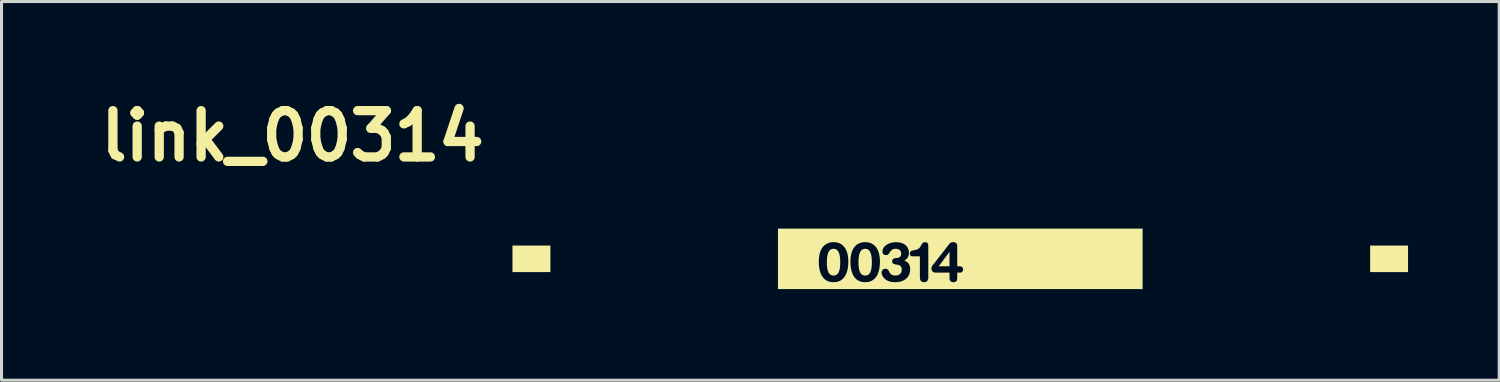
<source format=kicad_pcb>
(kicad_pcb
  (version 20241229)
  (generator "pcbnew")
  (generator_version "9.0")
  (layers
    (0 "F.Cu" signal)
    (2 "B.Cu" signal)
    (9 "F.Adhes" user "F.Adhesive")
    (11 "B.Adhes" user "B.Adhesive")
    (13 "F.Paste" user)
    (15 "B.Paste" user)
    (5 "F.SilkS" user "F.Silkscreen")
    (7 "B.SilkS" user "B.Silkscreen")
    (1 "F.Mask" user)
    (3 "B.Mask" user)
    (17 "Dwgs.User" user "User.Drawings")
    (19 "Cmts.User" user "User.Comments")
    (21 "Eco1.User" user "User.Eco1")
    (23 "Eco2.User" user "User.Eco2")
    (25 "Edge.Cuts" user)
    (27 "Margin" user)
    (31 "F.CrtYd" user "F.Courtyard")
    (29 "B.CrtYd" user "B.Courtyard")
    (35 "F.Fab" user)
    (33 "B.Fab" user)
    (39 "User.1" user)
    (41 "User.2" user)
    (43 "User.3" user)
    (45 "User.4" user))
  (footprint "link_00314"
    (layer "F.Cu")
    (at 6.582 3.324)
    (property "Reference" "link_00314" (at 0 -1.897 0) (layer "F.SilkS") (effects (font (size 1.524 1.524) (thickness 0.305))))
    (attr exclude_from_pos_files exclude_from_bom)
    (fp_poly (pts (xy 7.862 2.146) (xy 15.977 2.146) (xy 7.862 2.146)) (stroke (width 0.291) (type solid)) (fill yes) (layer "F.SilkS"))
    (fp_poly (pts (xy 27.981 2.146) (xy 36.095 2.146) (xy 27.981 2.146)) (stroke (width 0.291) (type solid)) (fill yes) (layer "F.SilkS"))
    (fp_poly (pts (xy 7.238 1.709) (xy 7.238 2.583) (xy 8.486 2.583) (xy 8.486 1.709) (xy 7.238 1.709)) (stroke (width 0) (type solid)) (fill yes) (layer "F.SilkS"))
    (fp_poly (pts (xy 21.621 1.921) (xy 21.269 2.392) (xy 21.624 2.392) (xy 21.624 1.921) (xy 21.621 1.921)) (stroke (width 0) (type solid)) (fill yes) (layer "F.SilkS"))
    (fp_poly (pts (xy 35.471 1.709) (xy 35.471 2.583) (xy 36.719 2.583) (xy 36.719 1.709) (xy 35.471 1.709)) (stroke (width 0) (type solid)) (fill yes) (layer "F.SilkS"))
    (fp_poly (pts (xy 17.807 1.816) (xy 17.785 1.817) (xy 17.764 1.82) (xy 17.744 1.826) (xy 17.726 1.834) (xy 17.709 1.843) (xy 17.693 1.855) (xy 17.679 1.869) (xy 17.665 1.885) (xy 17.653 1.903) (xy 17.642 1.923) (xy 17.632 1.945) (xy 17.623 1.968) (xy 17.615 1.993) (xy 17.608 2.021) (xy 17.603 2.049) (xy 17.598 2.08) (xy 17.594 2.112) (xy 17.591 2.146) (xy 17.589 2.181) (xy 17.587 2.218) (xy 17.587 2.256) (xy 17.588 2.301) (xy 17.589 2.343) (xy 17.592 2.383) (xy 17.596 2.42) (xy 17.6 2.454) (xy 17.606 2.486) (xy 17.613 2.515) (xy 17.621 2.542) (xy 17.629 2.566) (xy 17.639 2.588) (xy 17.65 2.608) (xy 17.662 2.626) (xy 17.674 2.641) (xy 17.688 2.655) (xy 17.702 2.666) (xy 17.717 2.676) (xy 17.734 2.683) (xy 17.751 2.689) (xy 17.769 2.693) (xy 17.787 2.696) (xy 17.807 2.697) (xy 17.827 2.696) (xy 17.845 2.693) (xy 17.863 2.689) (xy 17.88 2.683) (xy 17.897 2.676) (xy 17.912 2.666) (xy 17.926 2.655) (xy 17.94 2.641) (xy 17.953 2.626) (xy 17.964 2.608) (xy 17.975 2.588) (xy 17.985 2.566) (xy 17.993 2.542) (xy 18.001 2.515) (xy 18.008 2.486) (xy 18.014 2.454) (xy 18.019 2.42) (xy 18.022 2.383) (xy 18.025 2.343) (xy 18.027 2.301) (xy 18.027 2.256) (xy 18.027 2.218) (xy 18.025 2.181) (xy 18.023 2.146) (xy 18.02 2.112) (xy 18.016 2.08) (xy 18.012 2.049) (xy 18.006 2.021) (xy 17.999 1.993) (xy 17.991 1.968) (xy 17.982 1.945) (xy 17.972 1.923) (xy 17.961 1.903) (xy 17.949 1.885) (xy 17.935 1.869) (xy 17.921 1.855) (xy 17.905 1.843) (xy 17.888 1.834) (xy 17.87 1.826) (xy 17.85 1.82) (xy 17.829 1.817) (xy 17.807 1.816)) (stroke (width 0) (type solid)) (fill yes) (layer "F.SilkS"))
    (fp_poly (pts (xy 18.848 1.816) (xy 18.826 1.817) (xy 18.805 1.82) (xy 18.785 1.826) (xy 18.767 1.834) (xy 18.75 1.843) (xy 18.734 1.855) (xy 18.72 1.869) (xy 18.706 1.885) (xy 18.694 1.903) (xy 18.683 1.923) (xy 18.673 1.945) (xy 18.664 1.968) (xy 18.656 1.993) (xy 18.649 2.021) (xy 18.644 2.049) (xy 18.639 2.08) (xy 18.635 2.112) (xy 18.632 2.146) (xy 18.63 2.181) (xy 18.628 2.218) (xy 18.628 2.256) (xy 18.628 2.301) (xy 18.63 2.343) (xy 18.633 2.383) (xy 18.636 2.42) (xy 18.641 2.454) (xy 18.647 2.486) (xy 18.654 2.515) (xy 18.662 2.542) (xy 18.67 2.566) (xy 18.68 2.588) (xy 18.691 2.608) (xy 18.703 2.626) (xy 18.715 2.641) (xy 18.729 2.655) (xy 18.743 2.666) (xy 18.758 2.676) (xy 18.775 2.683) (xy 18.792 2.689) (xy 18.81 2.693) (xy 18.828 2.696) (xy 18.848 2.697) (xy 18.868 2.696) (xy 18.886 2.693) (xy 18.904 2.689) (xy 18.921 2.683) (xy 18.938 2.676) (xy 18.953 2.666) (xy 18.967 2.655) (xy 18.981 2.641) (xy 18.993 2.626) (xy 19.005 2.608) (xy 19.016 2.588) (xy 19.026 2.566) (xy 19.034 2.542) (xy 19.042 2.515) (xy 19.049 2.486) (xy 19.055 2.454) (xy 19.06 2.42) (xy 19.063 2.383) (xy 19.066 2.343) (xy 19.068 2.301) (xy 19.068 2.256) (xy 19.068 2.218) (xy 19.066 2.181) (xy 19.064 2.146) (xy 19.061 2.112) (xy 19.057 2.08) (xy 19.052 2.049) (xy 19.047 2.021) (xy 19.04 1.993) (xy 19.032 1.968) (xy 19.023 1.945) (xy 19.013 1.923) (xy 19.002 1.903) (xy 18.99 1.885) (xy 18.976 1.869) (xy 18.962 1.855) (xy 18.946 1.843) (xy 18.929 1.834) (xy 18.911 1.826) (xy 18.891 1.82) (xy 18.87 1.817) (xy 18.848 1.816)) (stroke (width 0) (type solid)) (fill yes) (layer "F.SilkS"))
    (fp_poly (pts (xy 15.977 1.151) (xy 15.977 3.141) (xy 17.807 3.141) (xy 17.807 2.915) (xy 17.777 2.914) (xy 17.747 2.912) (xy 17.719 2.908) (xy 17.692 2.903) (xy 17.666 2.897) (xy 17.642 2.889) (xy 17.618 2.88) (xy 17.596 2.869) (xy 17.574 2.858) (xy 17.554 2.845) (xy 17.535 2.831) (xy 17.516 2.817) (xy 17.499 2.801) (xy 17.483 2.784) (xy 17.467 2.766) (xy 17.453 2.748) (xy 17.439 2.728) (xy 17.426 2.708) (xy 17.414 2.688) (xy 17.403 2.666) (xy 17.393 2.644) (xy 17.384 2.621) (xy 17.375 2.598) (xy 17.367 2.574) (xy 17.36 2.55) (xy 17.353 2.525) (xy 17.347 2.5) (xy 17.342 2.475) (xy 17.337 2.449) (xy 17.334 2.423) (xy 17.33 2.397) (xy 17.327 2.371) (xy 17.325 2.345) (xy 17.324 2.318) (xy 17.322 2.292) (xy 17.322 2.266) (xy 17.321 2.24) (xy 17.322 2.203) (xy 17.323 2.168) (xy 17.326 2.134) (xy 17.329 2.101) (xy 17.333 2.069) (xy 17.338 2.038) (xy 17.344 2.008) (xy 17.35 1.979) (xy 17.358 1.951) (xy 17.366 1.925) (xy 17.375 1.899) (xy 17.385 1.874) (xy 17.396 1.851) (xy 17.407 1.828) (xy 17.42 1.807) (xy 17.433 1.786) (xy 17.447 1.767) (xy 17.461 1.749) (xy 17.476 1.731) (xy 17.492 1.715) (xy 17.509 1.7) (xy 17.526 1.686) (xy 17.544 1.673) (xy 17.563 1.661) (xy 17.582 1.65) (xy 17.602 1.64) (xy 17.622 1.631) (xy 17.643 1.623) (xy 17.665 1.616) (xy 17.687 1.611) (xy 17.71 1.606) (xy 17.734 1.602) (xy 17.758 1.6) (xy 17.782 1.598) (xy 17.807 1.598) (xy 17.832 1.598) (xy 17.857 1.6) (xy 17.881 1.602) (xy 17.904 1.606) (xy 17.927 1.611) (xy 17.949 1.616) (xy 17.971 1.623) (xy 17.992 1.631) (xy 18.012 1.64) (xy 18.032 1.65) (xy 18.052 1.661) (xy 18.07 1.673) (xy 18.088 1.686) (xy 18.106 1.7) (xy 18.122 1.715) (xy 18.138 1.731) (xy 18.153 1.749) (xy 18.168 1.767) (xy 18.182 1.786) (xy 18.195 1.807) (xy 18.207 1.828) (xy 18.218 1.851) (xy 18.229 1.874) (xy 18.239 1.899) (xy 18.248 1.925) (xy 18.257 1.951) (xy 18.264 1.979) (xy 18.271 2.008) (xy 18.277 2.038) (xy 18.282 2.069) (xy 18.286 2.101) (xy 18.289 2.134) (xy 18.291 2.168) (xy 18.293 2.203) (xy 18.293 2.24) (xy 18.293 2.266) (xy 18.292 2.292) (xy 18.291 2.318) (xy 18.289 2.345) (xy 18.287 2.371) (xy 18.284 2.397) (xy 18.281 2.423) (xy 18.277 2.449) (xy 18.272 2.475) (xy 18.267 2.5) (xy 18.261 2.525) (xy 18.255 2.55) (xy 18.248 2.574) (xy 18.24 2.598) (xy 18.231 2.621) (xy 18.221 2.644) (xy 18.211 2.666) (xy 18.2 2.688) (xy 18.188 2.708) (xy 18.175 2.728) (xy 18.162 2.748) (xy 18.147 2.766) (xy 18.132 2.784) (xy 18.115 2.801) (xy 18.098 2.817) (xy 18.079 2.831) (xy 18.06 2.845) (xy 18.04 2.858) (xy 18.018 2.869) (xy 17.996 2.88) (xy 17.972 2.889) (xy 17.948 2.897) (xy 17.922 2.903) (xy 17.895 2.908) (xy 17.867 2.912) (xy 17.838 2.914) (xy 17.807 2.915) (xy 17.807 3.141) (xy 18.848 3.141) (xy 18.848 2.915) (xy 18.817 2.914) (xy 18.788 2.912) (xy 18.76 2.908) (xy 18.733 2.903) (xy 18.707 2.897) (xy 18.683 2.889) (xy 18.659 2.88) (xy 18.637 2.869) (xy 18.615 2.858) (xy 18.595 2.845) (xy 18.576 2.831) (xy 18.557 2.817) (xy 18.54 2.801) (xy 18.524 2.784) (xy 18.508 2.766) (xy 18.494 2.748) (xy 18.48 2.728) (xy 18.467 2.708) (xy 18.455 2.688) (xy 18.444 2.666) (xy 18.434 2.644) (xy 18.425 2.621) (xy 18.416 2.598) (xy 18.408 2.574) (xy 18.401 2.55) (xy 18.394 2.525) (xy 18.388 2.5) (xy 18.383 2.475) (xy 18.378 2.449) (xy 18.374 2.423) (xy 18.371 2.397) (xy 18.368 2.371) (xy 18.366 2.345) (xy 18.364 2.318) (xy 18.363 2.292) (xy 18.363 2.266) (xy 18.362 2.24) (xy 18.363 2.203) (xy 18.364 2.168) (xy 18.366 2.134) (xy 18.37 2.101) (xy 18.374 2.069) (xy 18.379 2.038) (xy 18.385 2.008) (xy 18.391 1.979) (xy 18.399 1.951) (xy 18.407 1.925) (xy 18.416 1.899) (xy 18.426 1.874) (xy 18.437 1.851) (xy 18.448 1.828) (xy 18.461 1.807) (xy 18.474 1.786) (xy 18.487 1.767) (xy 18.502 1.749) (xy 18.517 1.731) (xy 18.533 1.715) (xy 18.55 1.7) (xy 18.567 1.686) (xy 18.585 1.673) (xy 18.604 1.661) (xy 18.623 1.65) (xy 18.643 1.64) (xy 18.663 1.631) (xy 18.684 1.623) (xy 18.706 1.616) (xy 18.728 1.611) (xy 18.751 1.606) (xy 18.775 1.602) (xy 18.798 1.6) (xy 18.823 1.598) (xy 18.848 1.598) (xy 18.873 1.598) (xy 18.897 1.6) (xy 18.921 1.602) (xy 18.945 1.606) (xy 18.968 1.611) (xy 18.99 1.616) (xy 19.012 1.623) (xy 19.033 1.631) (xy 19.053 1.64) (xy 19.073 1.65) (xy 19.092 1.661) (xy 19.111 1.673) (xy 19.129 1.686) (xy 19.146 1.7) (xy 19.163 1.715) (xy 19.179 1.731) (xy 19.194 1.749) (xy 19.208 1.767) (xy 19.222 1.786) (xy 19.235 1.807) (xy 19.248 1.828) (xy 19.259 1.851) (xy 19.27 1.874) (xy 19.28 1.899) (xy 19.289 1.925) (xy 19.297 1.951) (xy 19.305 1.979) (xy 19.311 2.008) (xy 19.317 2.038) (xy 19.322 2.069) (xy 19.326 2.101) (xy 19.329 2.134) (xy 19.332 2.168) (xy 19.333 2.203) (xy 19.334 2.24) (xy 19.333 2.266) (xy 19.333 2.292) (xy 19.332 2.318) (xy 19.33 2.345) (xy 19.328 2.371) (xy 19.325 2.397) (xy 19.321 2.423) (xy 19.318 2.449) (xy 19.313 2.475) (xy 19.308 2.5) (xy 19.302 2.525) (xy 19.295 2.55) (xy 19.288 2.574) (xy 19.28 2.598) (xy 19.271 2.621) (xy 19.262 2.644) (xy 19.252 2.666) (xy 19.241 2.688) (xy 19.229 2.708) (xy 19.216 2.728) (xy 19.202 2.748) (xy 19.188 2.766) (xy 19.172 2.784) (xy 19.156 2.801) (xy 19.139 2.817) (xy 19.12 2.831) (xy 19.101 2.845) (xy 19.081 2.858) (xy 19.059 2.869) (xy 19.037 2.88) (xy 19.013 2.889) (xy 18.989 2.897) (xy 18.963 2.903) (xy 18.936 2.908) (xy 18.908 2.912) (xy 18.878 2.914) (xy 18.848 2.915) (xy 18.848 3.141) (xy 19.838 3.141) (xy 19.838 2.915) (xy 19.796 2.914) (xy 19.757 2.911) (xy 19.72 2.906) (xy 19.685 2.899) (xy 19.653 2.89) (xy 19.623 2.88) (xy 19.595 2.869) (xy 19.569 2.856) (xy 19.545 2.842) (xy 19.523 2.827) (xy 19.503 2.812) (xy 19.485 2.796) (xy 19.468 2.779) (xy 19.453 2.762) (xy 19.44 2.745) (xy 19.429 2.727) (xy 19.419 2.71) (xy 19.41 2.692) (xy 19.403 2.675) (xy 19.398 2.659) (xy 19.393 2.643) (xy 19.391 2.628) (xy 19.389 2.614) (xy 19.388 2.6) (xy 19.391 2.573) (xy 19.398 2.549) (xy 19.409 2.527) (xy 19.425 2.509) (xy 19.444 2.494) (xy 19.466 2.482) (xy 19.49 2.475) (xy 19.517 2.473) (xy 19.537 2.474) (xy 19.554 2.478) (xy 19.569 2.483) (xy 19.582 2.491) (xy 19.594 2.5) (xy 19.604 2.511) (xy 19.612 2.522) (xy 19.621 2.535) (xy 19.628 2.549) (xy 19.635 2.563) (xy 19.643 2.577) (xy 19.651 2.592) (xy 19.659 2.607) (xy 19.668 2.621) (xy 19.679 2.634) (xy 19.691 2.647) (xy 19.705 2.659) (xy 19.721 2.67) (xy 19.74 2.679) (xy 19.761 2.686) (xy 19.785 2.692) (xy 19.812 2.695) (xy 19.843 2.697) (xy 19.873 2.695) (xy 19.901 2.691) (xy 19.927 2.684) (xy 19.951 2.674) (xy 19.972 2.663) (xy 19.99 2.649) (xy 20.007 2.632) (xy 20.02 2.614) (xy 20.032 2.594) (xy 20.041 2.573) (xy 20.047 2.55) (xy 20.051 2.526) (xy 20.052 2.5) (xy 20.051 2.475) (xy 20.047 2.451) (xy 20.041 2.429) (xy 20.031 2.408) (xy 20.017 2.39) (xy 20 2.374) (xy 19.979 2.361) (xy 19.954 2.35) (xy 19.924 2.341) (xy 19.888 2.336) (xy 19.87 2.334) (xy 19.849 2.331) (xy 19.827 2.327) (xy 19.805 2.32) (xy 19.784 2.311) (xy 19.765 2.299) (xy 19.751 2.283) (xy 19.741 2.263) (xy 19.737 2.238) (xy 19.739 2.209) (xy 19.745 2.185) (xy 19.755 2.166) (xy 19.769 2.151) (xy 19.787 2.139) (xy 19.809 2.13) (xy 19.834 2.124) (xy 19.863 2.12) (xy 19.896 2.118) (xy 19.924 2.114) (xy 19.95 2.107) (xy 19.972 2.097) (xy 19.991 2.084) (xy 20.006 2.068) (xy 20.018 2.049) (xy 20.027 2.027) (xy 20.032 2.003) (xy 20.034 1.976) (xy 20.032 1.948) (xy 20.026 1.922) (xy 20.016 1.899) (xy 20.004 1.88) (xy 19.988 1.862) (xy 19.97 1.848) (xy 19.949 1.836) (xy 19.927 1.827) (xy 19.903 1.821) (xy 19.878 1.817) (xy 19.852 1.816) (xy 19.821 1.817) (xy 19.794 1.822) (xy 19.77 1.828) (xy 19.749 1.837) (xy 19.731 1.848) (xy 19.715 1.861) (xy 19.701 1.874) (xy 19.688 1.889) (xy 19.677 1.904) (xy 19.667 1.919) (xy 19.657 1.935) (xy 19.648 1.95) (xy 19.639 1.965) (xy 19.629 1.978) (xy 19.618 1.991) (xy 19.606 2.002) (xy 19.592 2.011) (xy 19.577 2.017) (xy 19.559 2.022) (xy 19.539 2.023) (xy 19.516 2.022) (xy 19.494 2.018) (xy 19.473 2.01) (xy 19.455 1.999) (xy 19.44 1.985) (xy 19.428 1.966) (xy 19.42 1.942) (xy 19.417 1.914) (xy 19.419 1.887) (xy 19.423 1.861) (xy 19.429 1.837) (xy 19.438 1.814) (xy 19.448 1.792) (xy 19.461 1.771) (xy 19.476 1.752) (xy 19.492 1.733) (xy 19.51 1.716) (xy 19.529 1.701) (xy 19.55 1.686) (xy 19.571 1.673) (xy 19.594 1.66) (xy 19.617 1.649) (xy 19.641 1.639) (xy 19.665 1.63) (xy 19.69 1.622) (xy 19.714 1.616) (xy 19.739 1.61) (xy 19.764 1.606) (xy 19.788 1.602) (xy 19.812 1.6) (xy 19.835 1.598) (xy 19.858 1.598) (xy 19.858 1.598) (xy 19.894 1.598) (xy 19.929 1.601) (xy 19.962 1.605) (xy 19.994 1.61) (xy 20.023 1.617) (xy 20.051 1.626) (xy 20.077 1.635) (xy 20.101 1.646) (xy 20.124 1.658) (xy 20.145 1.671) (xy 20.165 1.685) (xy 20.183 1.7) (xy 20.199 1.716) (xy 20.214 1.733) (xy 20.228 1.75) (xy 20.24 1.768) (xy 20.25 1.787) (xy 20.259 1.806) (xy 20.267 1.826) (xy 20.274 1.846) (xy 20.279 1.866) (xy 20.283 1.887) (xy 20.286 1.908) (xy 20.288 1.929) (xy 20.289 1.95) (xy 20.288 1.979) (xy 20.284 2.006) (xy 20.279 2.032) (xy 20.271 2.056) (xy 20.261 2.079) (xy 20.25 2.101) (xy 20.235 2.121) (xy 20.219 2.141) (xy 20.201 2.159) (xy 20.181 2.175) (xy 20.158 2.191) (xy 20.134 2.205) (xy 20.162 2.214) (xy 20.188 2.226) (xy 20.211 2.239) (xy 20.232 2.254) (xy 20.251 2.271) (xy 20.268 2.29) (xy 20.282 2.31) (xy 20.295 2.332) (xy 20.305 2.355) (xy 20.314 2.38) (xy 20.32 2.406) (xy 20.325 2.433) (xy 20.328 2.46) (xy 20.329 2.489) (xy 20.328 2.518) (xy 20.326 2.547) (xy 20.322 2.574) (xy 20.316 2.6) (xy 20.31 2.625) (xy 20.302 2.649) (xy 20.292 2.671) (xy 20.282 2.693) (xy 20.27 2.714) (xy 20.257 2.734) (xy 20.242 2.753) (xy 20.227 2.77) (xy 20.211 2.787) (xy 20.193 2.802) (xy 20.175 2.817) (xy 20.155 2.831) (xy 20.135 2.843) (xy 20.114 2.855) (xy 20.092 2.865) (xy 20.069 2.875) (xy 20.046 2.883) (xy 20.022 2.891) (xy 19.997 2.897) (xy 19.972 2.903) (xy 19.946 2.907) (xy 19.919 2.91) (xy 19.892 2.913) (xy 19.865 2.914) (xy 19.838 2.915) (xy 19.838 3.141) (xy 20.787 3.141) (xy 20.787 2.915) (xy 20.759 2.913) (xy 20.734 2.907) (xy 20.713 2.898) (xy 20.695 2.886) (xy 20.68 2.87) (xy 20.669 2.852) (xy 20.66 2.831) (xy 20.654 2.808) (xy 20.65 2.782) (xy 20.649 2.755) (xy 20.649 2.063) (xy 20.414 2.063) (xy 20.386 2.061) (xy 20.363 2.055) (xy 20.345 2.043) (xy 20.332 2.025) (xy 20.324 2) (xy 20.321 1.967) (xy 20.323 1.944) (xy 20.329 1.925) (xy 20.338 1.909) (xy 20.351 1.897) (xy 20.369 1.886) (xy 20.392 1.878) (xy 20.42 1.87) (xy 20.452 1.863) (xy 20.52 1.849) (xy 20.548 1.841) (xy 20.573 1.831) (xy 20.595 1.819) (xy 20.614 1.806) (xy 20.63 1.791) (xy 20.644 1.775) (xy 20.657 1.758) (xy 20.668 1.741) (xy 20.678 1.724) (xy 20.688 1.707) (xy 20.697 1.69) (xy 20.706 1.673) (xy 20.715 1.658) (xy 20.725 1.644) (xy 20.736 1.631) (xy 20.749 1.619) (xy 20.763 1.61) (xy 20.78 1.603) (xy 20.799 1.599) (xy 20.82 1.598) (xy 20.82 1.598) (xy 20.841 1.599) (xy 20.861 1.603) (xy 20.879 1.611) (xy 20.895 1.623) (xy 20.908 1.639) (xy 20.917 1.66) (xy 20.924 1.688) (xy 20.926 1.721) (xy 20.926 2.755) (xy 20.925 2.782) (xy 20.921 2.808) (xy 20.915 2.831) (xy 20.906 2.852) (xy 20.895 2.87) (xy 20.88 2.886) (xy 20.862 2.898) (xy 20.841 2.907) (xy 20.816 2.913) (xy 20.787 2.915) (xy 20.787 3.141) (xy 21.752 3.141) (xy 21.752 2.915) (xy 21.719 2.913) (xy 21.692 2.906) (xy 21.67 2.895) (xy 21.652 2.88) (xy 21.64 2.861) (xy 21.631 2.84) (xy 21.626 2.815) (xy 21.624 2.788) (xy 21.624 2.6) (xy 21.168 2.6) (xy 21.138 2.598) (xy 21.112 2.591) (xy 21.09 2.581) (xy 21.071 2.567) (xy 21.056 2.551) (xy 21.044 2.533) (xy 21.036 2.514) (xy 21.031 2.494) (xy 21.029 2.475) (xy 21.031 2.448) (xy 21.035 2.425) (xy 21.042 2.405) (xy 21.051 2.385) (xy 21.064 2.367) (xy 21.624 1.648) (xy 21.642 1.629) (xy 21.663 1.615) (xy 21.687 1.605) (xy 21.713 1.599) (xy 21.742 1.597) (xy 21.742 1.598) (xy 21.773 1.599) (xy 21.799 1.605) (xy 21.821 1.614) (xy 21.84 1.626) (xy 21.854 1.642) (xy 21.865 1.66) (xy 21.873 1.68) (xy 21.877 1.703) (xy 21.879 1.728) (xy 21.879 2.392) (xy 21.97 2.392) (xy 21.995 2.395) (xy 22.017 2.403) (xy 22.036 2.415) (xy 22.051 2.43) (xy 22.062 2.45) (xy 22.069 2.472) (xy 22.072 2.497) (xy 22.069 2.521) (xy 22.062 2.543) (xy 22.051 2.563) (xy 22.036 2.578) (xy 22.017 2.59) (xy 21.995 2.598) (xy 21.97 2.6) (xy 21.879 2.6) (xy 21.879 2.788) (xy 21.877 2.815) (xy 21.872 2.84) (xy 21.864 2.861) (xy 21.851 2.88) (xy 21.833 2.895) (xy 21.811 2.906) (xy 21.784 2.913) (xy 21.752 2.915) (xy 21.752 3.141) (xy 21.979 3.141) (xy 27.981 3.141) (xy 27.981 1.151) (xy 21.979 1.151) (xy 15.977 1.151)) (stroke (width 0) (type solid)) (fill yes) (layer "F.SilkS")))
  (gr_rect
    (start -3 -3)
    (end 46.301 9.465)
    (stroke (width 0.1) (type default))
    (fill no)
    (layer "Edge.Cuts")))
</source>
